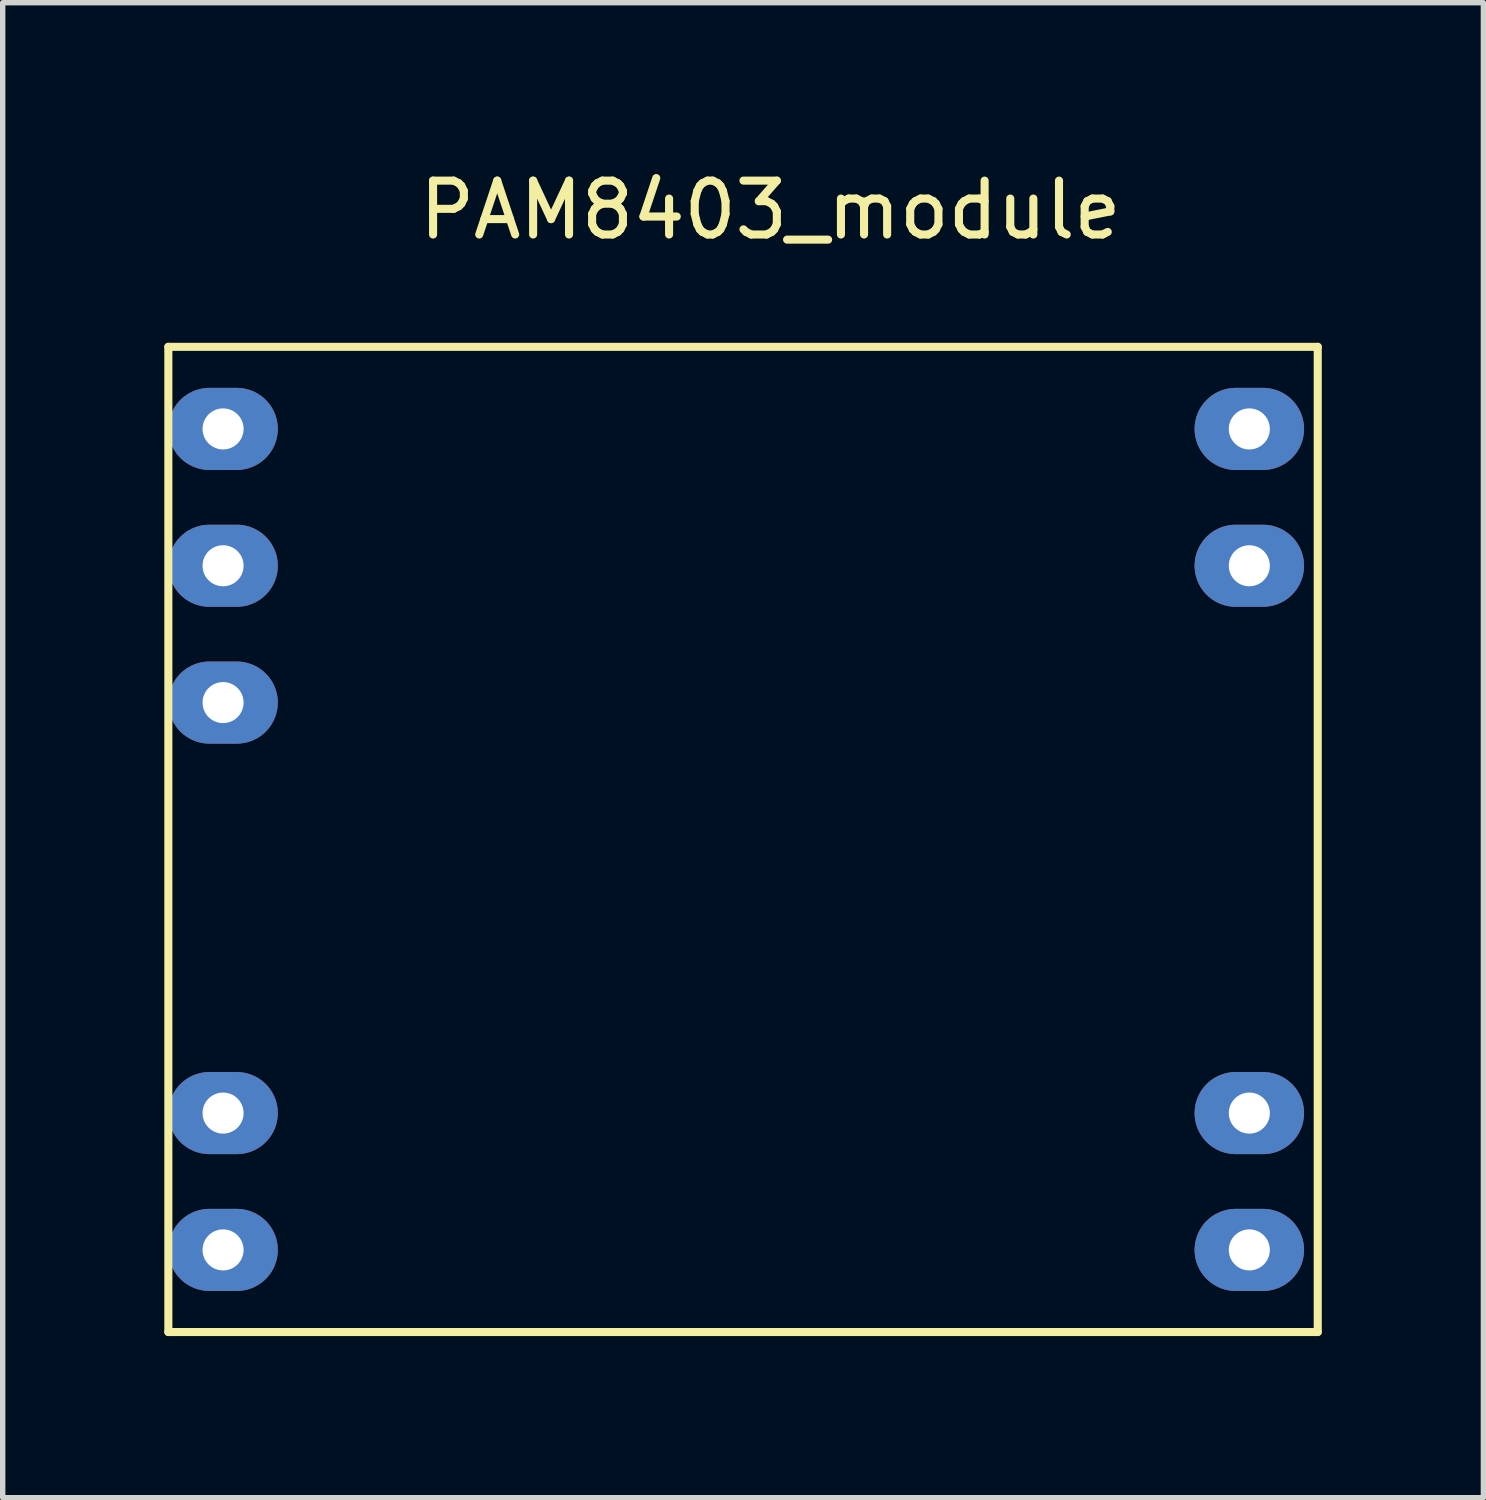
<source format=kicad_pcb>
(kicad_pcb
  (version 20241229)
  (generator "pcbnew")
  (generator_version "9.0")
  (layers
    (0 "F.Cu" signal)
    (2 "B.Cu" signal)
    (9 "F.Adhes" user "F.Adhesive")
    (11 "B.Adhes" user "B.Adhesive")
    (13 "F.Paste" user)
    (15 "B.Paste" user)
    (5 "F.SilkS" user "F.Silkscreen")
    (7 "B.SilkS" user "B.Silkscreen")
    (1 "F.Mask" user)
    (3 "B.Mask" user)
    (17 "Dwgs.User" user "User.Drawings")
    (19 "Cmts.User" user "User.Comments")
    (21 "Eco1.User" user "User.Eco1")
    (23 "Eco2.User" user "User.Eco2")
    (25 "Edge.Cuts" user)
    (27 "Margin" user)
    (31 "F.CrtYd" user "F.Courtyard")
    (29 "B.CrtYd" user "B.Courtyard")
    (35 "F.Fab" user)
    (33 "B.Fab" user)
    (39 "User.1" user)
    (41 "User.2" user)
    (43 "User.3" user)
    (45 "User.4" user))
  (footprint "PAM8403_module"
    (layer "F.Cu")
    (at 11.251 2.88)
    (property "Reference" "PAM8403_module" (at 0 -2.032 0) (layer "F.SilkS") (effects (font (size 1 1) (thickness 0.15))))
    (attr through_hole)
    (fp_line (start -11.176 0.508) (end 10.16 0.508) (stroke (width 0.15) (type solid)) (layer "F.SilkS"))
    (fp_line (start -11.176 18.796) (end -11.176 0.508) (stroke (width 0.15) (type solid)) (layer "F.SilkS"))
    (fp_line (start 10.16 0.508) (end 10.16 18.796) (stroke (width 0.15) (type solid)) (layer "F.SilkS"))
    (fp_line (start 10.16 18.796) (end -11.176 18.796) (stroke (width 0.15) (type solid)) (layer "F.SilkS"))
    (pad "1" thru_hole oval (at -10.16 2.032) (size 2.032 1.524) (drill 0.762) (layers "*.Cu" "*.Mask"))
    (pad "2" thru_hole oval (at -10.16 4.572) (size 2.032 1.524) (drill 0.762) (layers "*.Cu" "*.Mask"))
    (pad "3" thru_hole oval (at -10.16 7.112) (size 2.032 1.524) (drill 0.762) (layers "*.Cu" "*.Mask"))
    (pad "4" thru_hole oval (at -10.16 14.732) (size 2.032 1.524) (drill 0.762) (layers "*.Cu" "*.Mask"))
    (pad "5" thru_hole oval (at -10.16 17.272) (size 2.032 1.524) (drill 0.762) (layers "*.Cu" "*.Mask"))
    (pad "6" thru_hole oval (at 8.89 17.272) (size 2.032 1.524) (drill 0.762) (layers "*.Cu" "*.Mask"))
    (pad "7" thru_hole oval (at 8.89 14.732) (size 2.032 1.524) (drill 0.762) (layers "*.Cu" "*.Mask"))
    (pad "8" thru_hole oval (at 8.89 4.572) (size 2.032 1.524) (drill 0.762) (layers "*.Cu" "*.Mask"))
    (pad "9" thru_hole oval (at 8.89 2.032) (size 2.032 1.524) (drill 0.762) (layers "*.Cu" "*.Mask")))
  (gr_rect
    (start -3 -3)
    (end 24.486 24.751)
    (stroke (width 0.1) (type default))
    (fill no)
    (layer "Edge.Cuts")))
</source>
